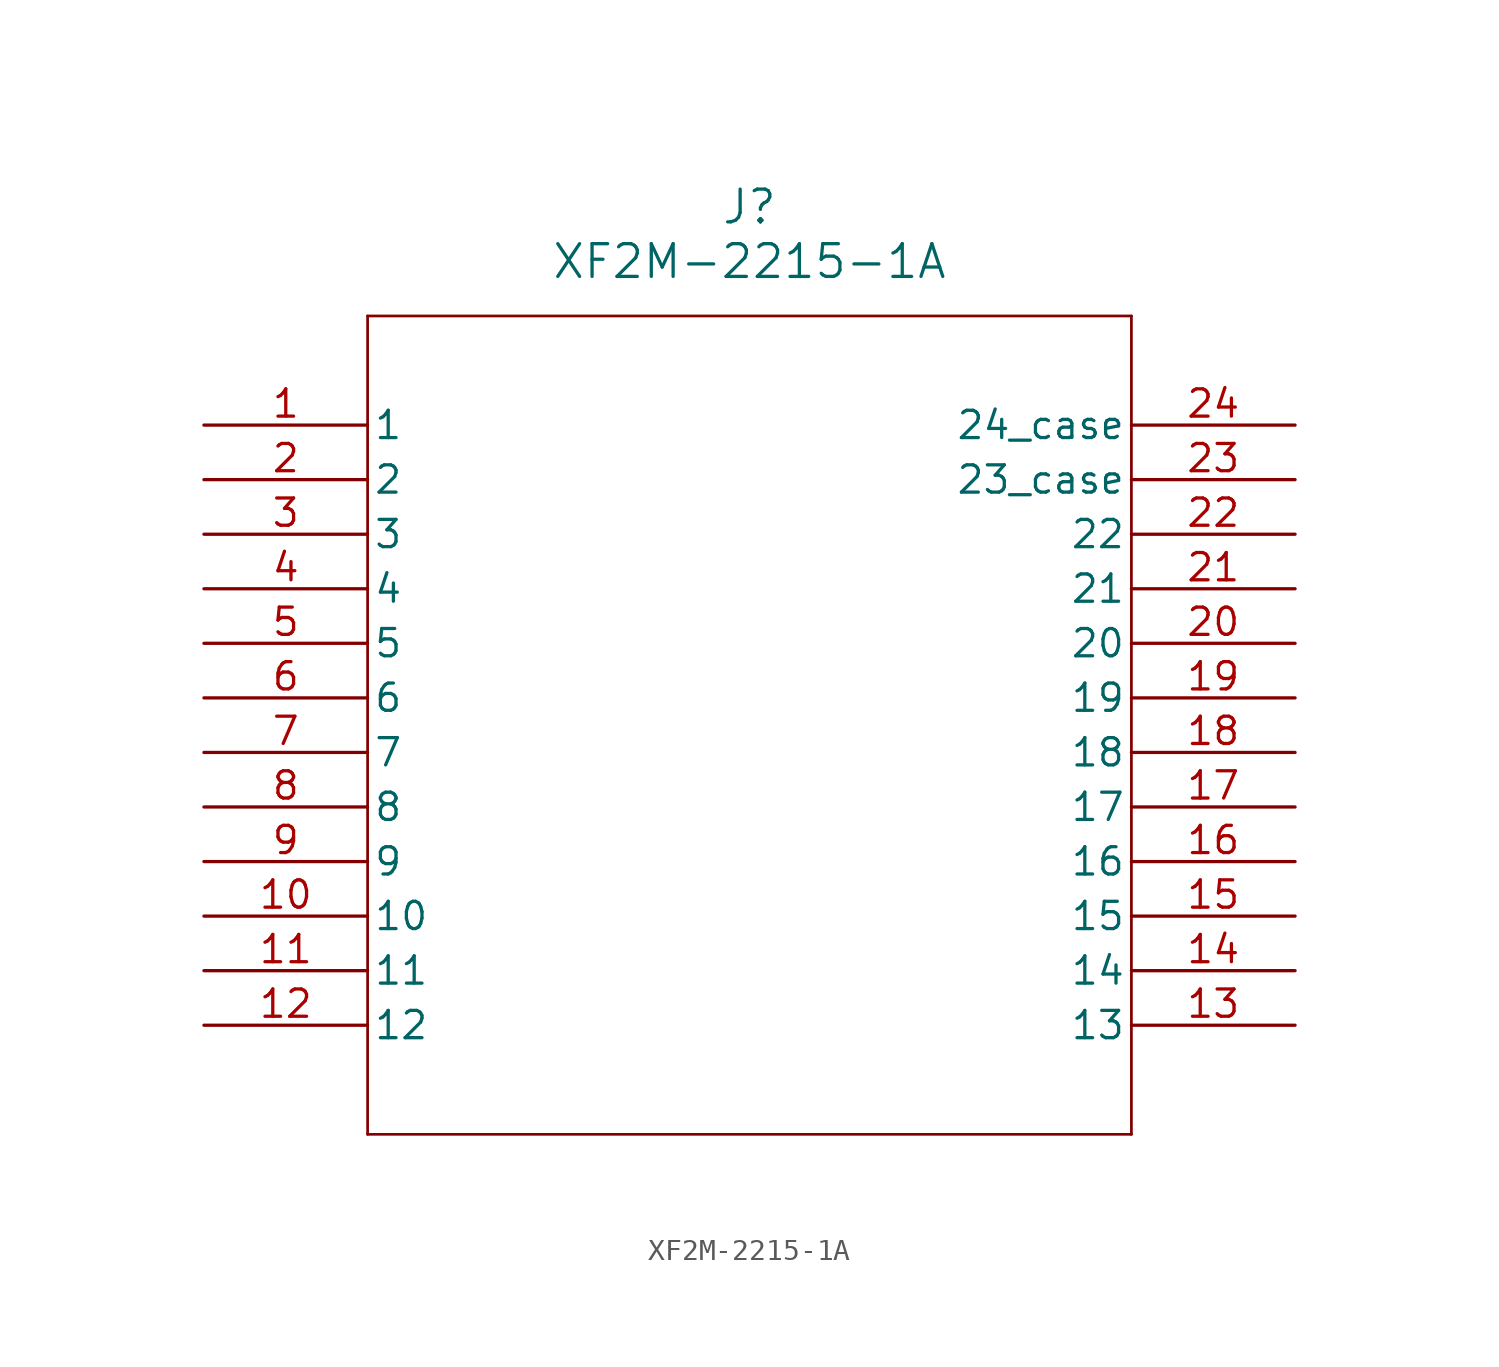
<source format=kicad_sym>
(kicad_symbol_lib
  (version 20241209)
  (generator "kicad_symbol_editor")
  (generator_version "9.0")
  (symbol "XF2M-2215-1A"
    (pin_names
      (offset 0.254))
    (property "Reference" "J"
      (at 25.4 10.16 0)
      (effects (font (size 1.524 1.524))))
    (property "Value" "XF2M-2215-1A"
      (at 25.4 7.62 0)
      (effects (font (size 1.524 1.524))))
    (property "ki_locked" ""
      (at 0 0 0)
      (effects (font (size 1.27 1.27))))
    (symbol "XF2M-2215-1A_0_1"
      (polyline (pts (xy 7.62 5.08) (xy 7.62 -33.02)) (stroke (width 0.127) (type default)) (fill (type none)))
      (polyline (pts (xy 7.62 -33.02) (xy 43.18 -33.02)) (stroke (width 0.127) (type default)) (fill (type none)))
      (polyline (pts (xy 43.18 5.08) (xy 7.62 5.08)) (stroke (width 0.127) (type default)) (fill (type none)))
      (polyline (pts (xy 43.18 -33.02) (xy 43.18 5.08)) (stroke (width 0.127) (type default)) (fill (type none)))
      (pin unspecified line (at 0 0 0) (length 7.62) (name "1" (effects (font (size 1.27 1.27)))) (number "1" (effects (font (size 1.27 1.27)))))
      (pin unspecified line (at 0 -2.54 0) (length 7.62) (name "2" (effects (font (size 1.27 1.27)))) (number "2" (effects (font (size 1.27 1.27)))))
      (pin unspecified line (at 0 -5.08 0) (length 7.62) (name "3" (effects (font (size 1.27 1.27)))) (number "3" (effects (font (size 1.27 1.27)))))
      (pin unspecified line (at 0 -7.62 0) (length 7.62) (name "4" (effects (font (size 1.27 1.27)))) (number "4" (effects (font (size 1.27 1.27)))))
      (pin unspecified line (at 0 -10.16 0) (length 7.62) (name "5" (effects (font (size 1.27 1.27)))) (number "5" (effects (font (size 1.27 1.27)))))
      (pin unspecified line (at 0 -12.7 0) (length 7.62) (name "6" (effects (font (size 1.27 1.27)))) (number "6" (effects (font (size 1.27 1.27)))))
      (pin unspecified line (at 0 -15.24 0) (length 7.62) (name "7" (effects (font (size 1.27 1.27)))) (number "7" (effects (font (size 1.27 1.27)))))
      (pin unspecified line (at 0 -17.78 0) (length 7.62) (name "8" (effects (font (size 1.27 1.27)))) (number "8" (effects (font (size 1.27 1.27)))))
      (pin unspecified line (at 0 -20.32 0) (length 7.62) (name "9" (effects (font (size 1.27 1.27)))) (number "9" (effects (font (size 1.27 1.27)))))
      (pin unspecified line (at 0 -22.86 0) (length 7.62) (name "10" (effects (font (size 1.27 1.27)))) (number "10" (effects (font (size 1.27 1.27)))))
      (pin unspecified line (at 0 -25.4 0) (length 7.62) (name "11" (effects (font (size 1.27 1.27)))) (number "11" (effects (font (size 1.27 1.27)))))
      (pin unspecified line (at 0 -27.94 0) (length 7.62) (name "12" (effects (font (size 1.27 1.27)))) (number "12" (effects (font (size 1.27 1.27)))))
      (pin unspecified line (at 50.8 -5.08 180) (length 7.62) (name "22" (effects (font (size 1.27 1.27)))) (number "22" (effects (font (size 1.27 1.27)))))
      (pin unspecified line (at 50.8 -7.62 180) (length 7.62) (name "21" (effects (font (size 1.27 1.27)))) (number "21" (effects (font (size 1.27 1.27)))))
      (pin unspecified line (at 50.8 -10.16 180) (length 7.62) (name "20" (effects (font (size 1.27 1.27)))) (number "20" (effects (font (size 1.27 1.27)))))
      (pin unspecified line (at 50.8 -12.7 180) (length 7.62) (name "19" (effects (font (size 1.27 1.27)))) (number "19" (effects (font (size 1.27 1.27)))))
      (pin unspecified line (at 50.8 -15.24 180) (length 7.62) (name "18" (effects (font (size 1.27 1.27)))) (number "18" (effects (font (size 1.27 1.27)))))
      (pin unspecified line (at 50.8 -17.78 180) (length 7.62) (name "17" (effects (font (size 1.27 1.27)))) (number "17" (effects (font (size 1.27 1.27)))))
      (pin unspecified line (at 50.8 -20.32 180) (length 7.62) (name "16" (effects (font (size 1.27 1.27)))) (number "16" (effects (font (size 1.27 1.27)))))
      (pin unspecified line (at 50.8 -22.86 180) (length 7.62) (name "15" (effects (font (size 1.27 1.27)))) (number "15" (effects (font (size 1.27 1.27)))))
      (pin unspecified line (at 50.8 -25.4 180) (length 7.62) (name "14" (effects (font (size 1.27 1.27)))) (number "14" (effects (font (size 1.27 1.27)))))
      (pin unspecified line (at 50.8 -27.94 180) (length 7.62) (name "13" (effects (font (size 1.27 1.27)))) (number "13" (effects (font (size 1.27 1.27))))))
    (symbol "XF2M-2215-1A_1_1"
      (pin unspecified line (at 50.8 0 180) (length 7.62) (name "24_case" (effects (font (size 1.27 1.27)))) (number "24" (effects (font (size 1.27 1.27)))))
      (pin unspecified line (at 50.8 -2.54 180) (length 7.62) (name "23_case" (effects (font (size 1.27 1.27)))) (number "23" (effects (font (size 1.27 1.27))))))))
</source>
